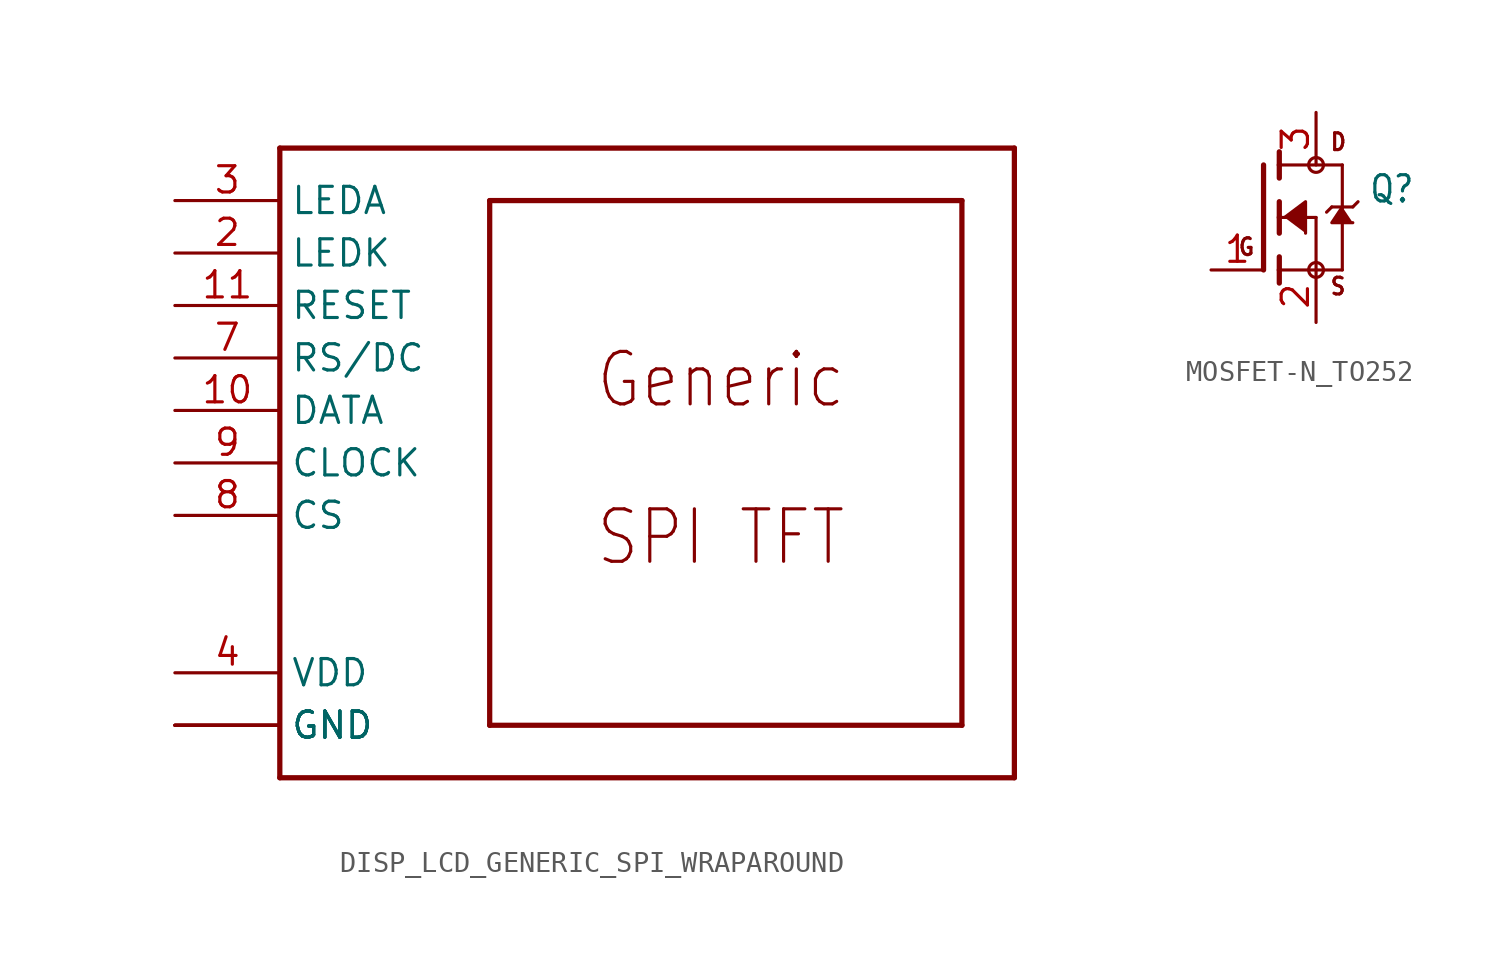
<source format=kicad_sym>
(kicad_symbol_lib
  (version 20231120)
  (generator "kicad_symbol_editor")
  (generator_version "8.0")
  (symbol "DISP_LCD_GENERIC_SPI_WRAPAROUND"
    (property "Reference" "DISP"
      (at 0 0 0)
      (effects (font (size 1.27 1.27)) (hide yes)))
    (property "ki_locked" ""
      (at 0 0 0)
      (effects (font (size 1.27 1.27))))
    (symbol "DISP_LCD_GENERIC_SPI_WRAPAROUND_1_0"
      (polyline (pts (xy -20.32 -15.24) (xy -20.32 15.24)) (stroke (width 0.254) (type solid)) (fill (type none)))
      (polyline (pts (xy -20.32 15.24) (xy 15.24 15.24)) (stroke (width 0.254) (type solid)) (fill (type none)))
      (polyline (pts (xy -10.16 -12.7) (xy -10.16 12.7)) (stroke (width 0.254) (type solid)) (fill (type none)))
      (polyline (pts (xy -10.16 12.7) (xy 12.7 12.7)) (stroke (width 0.254) (type solid)) (fill (type none)))
      (polyline (pts (xy 12.7 -12.7) (xy -10.16 -12.7)) (stroke (width 0.254) (type solid)) (fill (type none)))
      (polyline (pts (xy 12.7 12.7) (xy 12.7 -12.7)) (stroke (width 0.254) (type solid)) (fill (type none)))
      (polyline (pts (xy 15.24 -15.24) (xy -20.32 -15.24)) (stroke (width 0.254) (type solid)) (fill (type none)))
      (polyline (pts (xy 15.24 15.24) (xy 15.24 -15.24)) (stroke (width 0.254) (type solid)) (fill (type none)))
      (text "Generic" (at -5.08 2.54 0) (effects (font (size 2.54 2.159)) (justify left bottom)))
      (text "SPI TFT" (at -5.08 -5.08 0) (effects (font (size 2.54 2.159)) (justify left bottom)))
      (pin power_in line (at -25.4 -12.7 0) (length 5.08) (name "GND" (effects (font (size 1.27 1.27)))) (number "1" (effects (font (size 0 0)))))
      (pin bidirectional line (at -25.4 2.54 0) (length 5.08) (name "DATA" (effects (font (size 1.27 1.27)))) (number "10" (effects (font (size 1.27 1.27)))))
      (pin input line (at -25.4 7.62 0) (length 5.08) (name "RESET" (effects (font (size 1.27 1.27)))) (number "11" (effects (font (size 1.27 1.27)))))
      (pin power_in line (at -25.4 -12.7 0) (length 5.08) (name "GND" (effects (font (size 1.27 1.27)))) (number "12" (effects (font (size 0 0)))))
      (pin input line (at -25.4 10.16 0) (length 5.08) (name "LEDK" (effects (font (size 1.27 1.27)))) (number "2" (effects (font (size 1.27 1.27)))))
      (pin input line (at -25.4 12.7 0) (length 5.08) (name "LEDA" (effects (font (size 1.27 1.27)))) (number "3" (effects (font (size 1.27 1.27)))))
      (pin power_in line (at -25.4 -10.16 0) (length 5.08) (name "VDD" (effects (font (size 1.27 1.27)))) (number "4" (effects (font (size 1.27 1.27)))))
      (pin power_in line (at -25.4 -12.7 0) (length 5.08) (name "GND" (effects (font (size 1.27 1.27)))) (number "5" (effects (font (size 0 0)))))
      (pin power_in line (at -25.4 -12.7 0) (length 5.08) (name "GND" (effects (font (size 1.27 1.27)))) (number "6" (effects (font (size 0 0)))))
      (pin input line (at -25.4 5.08 0) (length 5.08) (name "RS/DC" (effects (font (size 1.27 1.27)))) (number "7" (effects (font (size 1.27 1.27)))))
      (pin input line (at -25.4 -2.54 0) (length 5.08) (name "CS" (effects (font (size 1.27 1.27)))) (number "8" (effects (font (size 1.27 1.27)))))
      (pin input line (at -25.4 0 0) (length 5.08) (name "CLOCK" (effects (font (size 1.27 1.27)))) (number "9" (effects (font (size 1.27 1.27)))))))
  (symbol "MOSFET-N_TO252"
    (property "Reference" "Q"
      (at 5.08 0.635 0)
      (effects (font (size 1.27 1.079)) (justify left bottom)))
    (property "Value" ""
      (at 5.08 -1.27 0)
      (effects (font (size 1.27 1.079)) (justify left bottom)))
    (property "ki_locked" ""
      (at 0 0 0)
      (effects (font (size 1.27 1.27))))
    (symbol "MOSFET-N_TO252_1_0"
      (polyline (pts (xy 0 2.54) (xy 0 -2.54)) (stroke (width 0.254) (type solid)) (fill (type none)))
      (polyline (pts (xy 0.762 -2.54) (xy 0.762 -3.175)) (stroke (width 0.254) (type solid)) (fill (type none)))
      (polyline (pts (xy 0.762 -1.905) (xy 0.762 -2.54)) (stroke (width 0.254) (type solid)) (fill (type none)))
      (polyline (pts (xy 0.762 0) (xy 0.762 -0.762)) (stroke (width 0.254) (type solid)) (fill (type none)))
      (polyline (pts (xy 0.762 0) (xy 2.54 0)) (stroke (width 0.152) (type solid)) (fill (type none)))
      (polyline (pts (xy 0.762 0.762) (xy 0.762 0)) (stroke (width 0.254) (type solid)) (fill (type none)))
      (polyline (pts (xy 0.762 2.54) (xy 0.762 1.905)) (stroke (width 0.254) (type solid)) (fill (type none)))
      (polyline (pts (xy 0.762 2.54) (xy 3.81 2.54)) (stroke (width 0.152) (type solid)) (fill (type none)))
      (polyline (pts (xy 0.762 3.175) (xy 0.762 2.54)) (stroke (width 0.254) (type solid)) (fill (type none)))
      (polyline (pts (xy 2.54 -2.54) (xy 0.762 -2.54)) (stroke (width 0.152) (type solid)) (fill (type none)))
      (polyline (pts (xy 2.54 -2.54) (xy 3.81 -2.54)) (stroke (width 0.152) (type solid)) (fill (type none)))
      (polyline (pts (xy 2.54 0) (xy 2.54 -2.54)) (stroke (width 0.152) (type solid)) (fill (type none)))
      (polyline (pts (xy 3.302 0.508) (xy 3.048 0.254)) (stroke (width 0.152) (type solid)) (fill (type none)))
      (polyline (pts (xy 3.81 0.508) (xy 3.302 0.508)) (stroke (width 0.152) (type solid)) (fill (type none)))
      (polyline (pts (xy 3.81 0.508) (xy 3.81 -2.54)) (stroke (width 0.152) (type solid)) (fill (type none)))
      (polyline (pts (xy 3.81 2.54) (xy 3.81 0.508)) (stroke (width 0.152) (type solid)) (fill (type none)))
      (polyline (pts (xy 4.318 0.508) (xy 3.81 0.508)) (stroke (width 0.152) (type solid)) (fill (type none)))
      (polyline (pts (xy 4.572 0.762) (xy 4.318 0.508)) (stroke (width 0.152) (type solid)) (fill (type none)))
      (polyline (pts (xy 1.016 0) (xy 2.032 0.762) (xy 2.032 -0.762)) (stroke (width 0.152) (type solid)) (fill (type outline)))
      (polyline (pts (xy 3.81 0.508) (xy 3.302 -0.254) (xy 4.318 -0.254)) (stroke (width 0.152) (type solid)) (fill (type outline)))
      (circle (center 2.54 -2.54) (radius 0.359) (stroke (width 0) (type solid)) (fill (type none)))
      (circle (center 2.54 2.54) (radius 0.359) (stroke (width 0) (type solid)) (fill (type none)))
      (text "D" (at 3.175 3.175 0) (effects (font (size 0.813 0.691)) (justify left bottom)))
      (text "G" (at -1.27 -1.905 0) (effects (font (size 0.813 0.691)) (justify left bottom)))
      (text "S" (at 3.175 -3.81 0) (effects (font (size 0.813 0.691)) (justify left bottom)))
      (pin bidirectional line (at -2.54 -2.54 0) (length 2.54) (name "G" (effects (font (size 0 0)))) (number "1" (effects (font (size 1.27 1.27)))))
      (pin bidirectional line (at 2.54 -5.08 90) (length 2.54) (name "S" (effects (font (size 0 0)))) (number "2" (effects (font (size 1.27 1.27)))))
      (pin bidirectional line (at 2.54 5.08 270) (length 2.54) (name "D" (effects (font (size 0 0)))) (number "3" (effects (font (size 1.27 1.27))))))))
</source>
